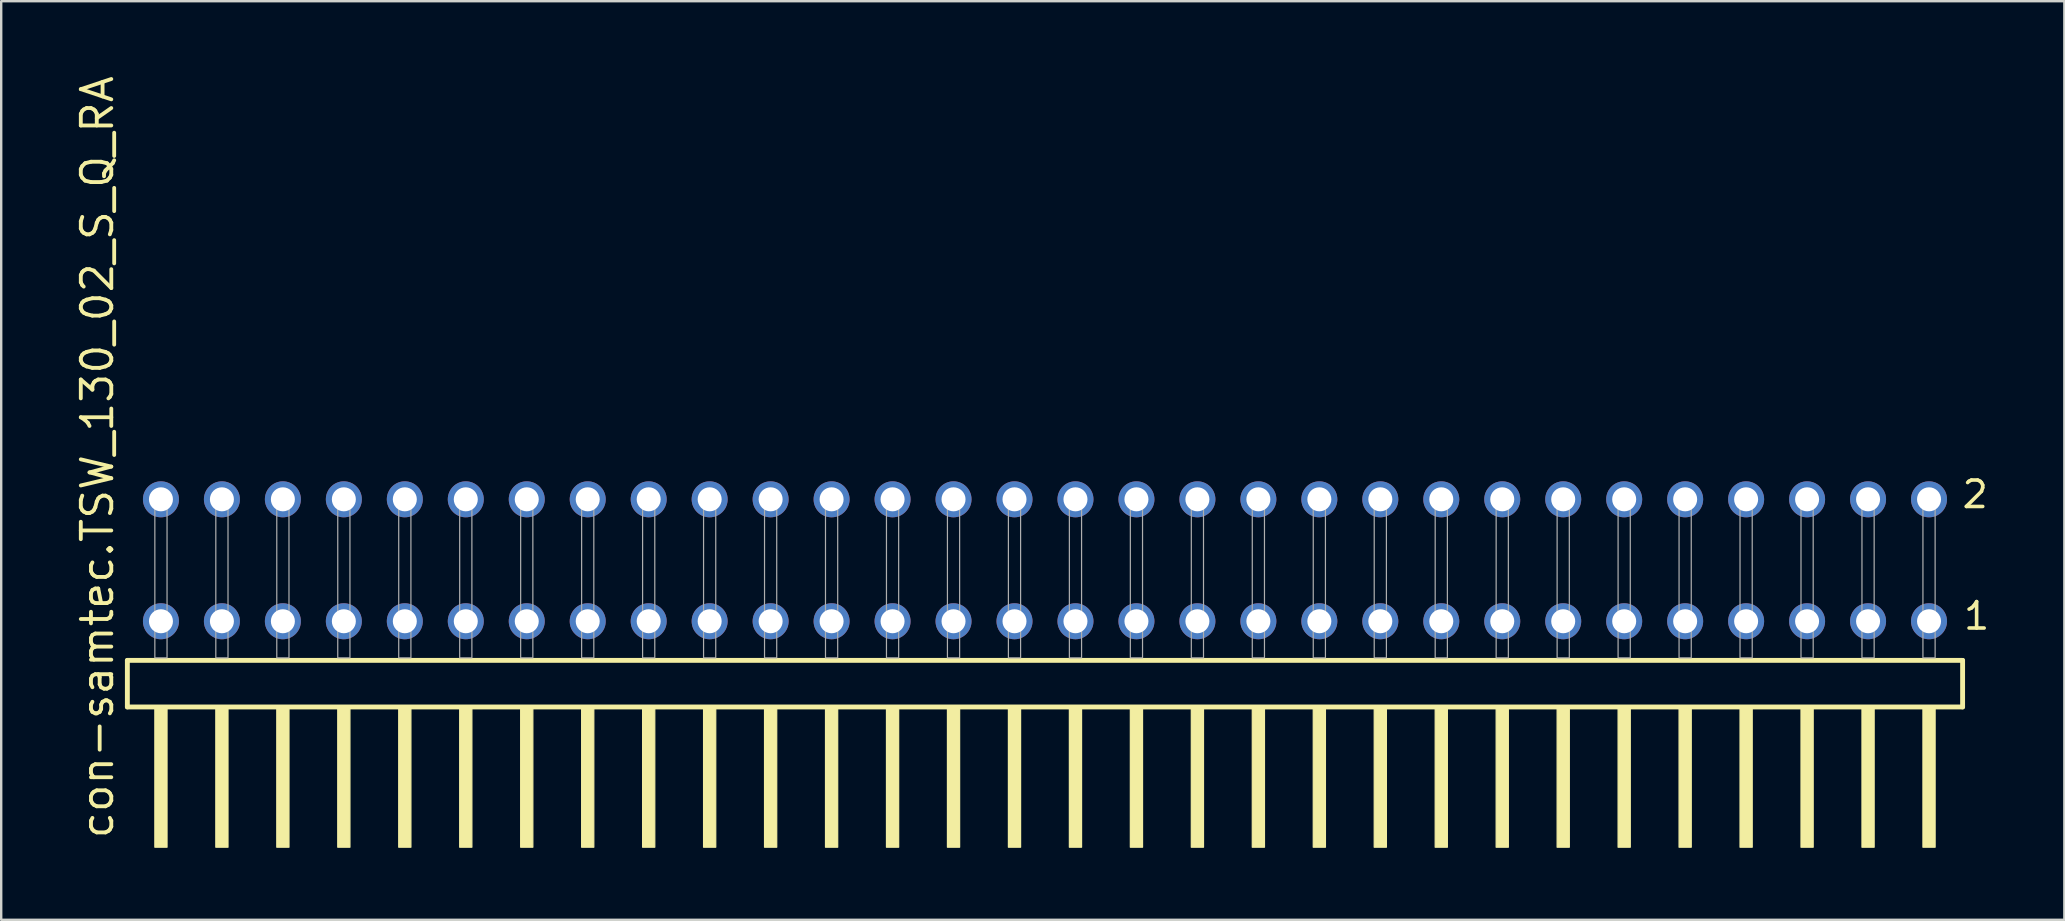
<source format=kicad_pcb>
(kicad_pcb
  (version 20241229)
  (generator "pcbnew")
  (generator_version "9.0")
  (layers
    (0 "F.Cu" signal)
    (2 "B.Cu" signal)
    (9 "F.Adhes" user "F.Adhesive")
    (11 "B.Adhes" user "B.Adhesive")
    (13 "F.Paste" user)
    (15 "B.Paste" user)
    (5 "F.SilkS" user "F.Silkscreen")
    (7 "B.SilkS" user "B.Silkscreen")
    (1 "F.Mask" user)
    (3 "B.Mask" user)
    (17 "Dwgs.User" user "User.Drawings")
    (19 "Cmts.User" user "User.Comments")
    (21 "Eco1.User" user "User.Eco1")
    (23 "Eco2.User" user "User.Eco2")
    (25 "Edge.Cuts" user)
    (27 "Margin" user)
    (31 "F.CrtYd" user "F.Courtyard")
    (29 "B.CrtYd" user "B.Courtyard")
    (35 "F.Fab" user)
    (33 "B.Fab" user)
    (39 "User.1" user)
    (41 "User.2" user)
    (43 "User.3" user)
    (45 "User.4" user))
  (footprint "con-samtec.TSW_130_02_S_Q_RA"
    (layer "F.Cu")
    (at 40.485 24.356)
    (property "Reference" "con-samtec.TSW_130_02_S_Q_RA" (at -38.735 7.62 90) (layer "F.SilkS") (effects (font (size 1.27 1.27) (thickness 0.16)) (justify left bottom)))
    (attr through_hole)
    (fp_line (start -38.229 0.106) (end -38.229 2.046) (stroke (width 0.203) (type default)) (layer "F.SilkS"))
    (fp_line (start -38.229 2.046) (end 38.229 2.046) (stroke (width 0.203) (type default)) (layer "F.SilkS"))
    (fp_line (start 38.229 0.106) (end -38.229 0.106) (stroke (width 0.203) (type default)) (layer "F.SilkS"))
    (fp_line (start 38.229 2.046) (end 38.229 0.106) (stroke (width 0.203) (type default)) (layer "F.SilkS"))
    (fp_rect (start -37.084 7.89) (end -36.576 2.04) (stroke (width 0.05) (type default)) (fill yes) (layer "F.SilkS"))
    (fp_rect (start -34.544 7.89) (end -34.036 2.04) (stroke (width 0.05) (type default)) (fill yes) (layer "F.SilkS"))
    (fp_rect (start -32.004 7.89) (end -31.496 2.04) (stroke (width 0.05) (type default)) (fill yes) (layer "F.SilkS"))
    (fp_rect (start -29.464 7.89) (end -28.956 2.04) (stroke (width 0.05) (type default)) (fill yes) (layer "F.SilkS"))
    (fp_rect (start -26.924 7.89) (end -26.416 2.04) (stroke (width 0.05) (type default)) (fill yes) (layer "F.SilkS"))
    (fp_rect (start -24.384 7.89) (end -23.876 2.04) (stroke (width 0.05) (type default)) (fill yes) (layer "F.SilkS"))
    (fp_rect (start -21.844 7.89) (end -21.336 2.04) (stroke (width 0.05) (type default)) (fill yes) (layer "F.SilkS"))
    (fp_rect (start -19.304 7.89) (end -18.796 2.04) (stroke (width 0.05) (type default)) (fill yes) (layer "F.SilkS"))
    (fp_rect (start -16.764 7.89) (end -16.256 2.04) (stroke (width 0.05) (type default)) (fill yes) (layer "F.SilkS"))
    (fp_rect (start -14.224 7.89) (end -13.716 2.04) (stroke (width 0.05) (type default)) (fill yes) (layer "F.SilkS"))
    (fp_rect (start -11.684 7.89) (end -11.176 2.04) (stroke (width 0.05) (type default)) (fill yes) (layer "F.SilkS"))
    (fp_rect (start -9.144 7.89) (end -8.636 2.04) (stroke (width 0.05) (type default)) (fill yes) (layer "F.SilkS"))
    (fp_rect (start -6.604 7.89) (end -6.096 2.04) (stroke (width 0.05) (type default)) (fill yes) (layer "F.SilkS"))
    (fp_rect (start -4.064 7.89) (end -3.556 2.04) (stroke (width 0.05) (type default)) (fill yes) (layer "F.SilkS"))
    (fp_rect (start -1.524 7.89) (end -1.016 2.04) (stroke (width 0.05) (type default)) (fill yes) (layer "F.SilkS"))
    (fp_rect (start 1.016 7.89) (end 1.524 2.04) (stroke (width 0.05) (type default)) (fill yes) (layer "F.SilkS"))
    (fp_rect (start 3.556 7.89) (end 4.064 2.04) (stroke (width 0.05) (type default)) (fill yes) (layer "F.SilkS"))
    (fp_rect (start 6.096 7.89) (end 6.604 2.04) (stroke (width 0.05) (type default)) (fill yes) (layer "F.SilkS"))
    (fp_rect (start 8.636 7.89) (end 9.144 2.04) (stroke (width 0.05) (type default)) (fill yes) (layer "F.SilkS"))
    (fp_rect (start 11.176 7.89) (end 11.684 2.04) (stroke (width 0.05) (type default)) (fill yes) (layer "F.SilkS"))
    (fp_rect (start 13.716 7.89) (end 14.224 2.04) (stroke (width 0.05) (type default)) (fill yes) (layer "F.SilkS"))
    (fp_rect (start 16.256 7.89) (end 16.764 2.04) (stroke (width 0.05) (type default)) (fill yes) (layer "F.SilkS"))
    (fp_rect (start 18.796 7.89) (end 19.304 2.04) (stroke (width 0.05) (type default)) (fill yes) (layer "F.SilkS"))
    (fp_rect (start 21.336 7.89) (end 21.844 2.04) (stroke (width 0.05) (type default)) (fill yes) (layer "F.SilkS"))
    (fp_rect (start 23.876 7.89) (end 24.384 2.04) (stroke (width 0.05) (type default)) (fill yes) (layer "F.SilkS"))
    (fp_rect (start 26.416 7.89) (end 26.924 2.04) (stroke (width 0.05) (type default)) (fill yes) (layer "F.SilkS"))
    (fp_rect (start 28.956 7.89) (end 29.464 2.04) (stroke (width 0.05) (type default)) (fill yes) (layer "F.SilkS"))
    (fp_rect (start 31.496 7.89) (end 32.004 2.04) (stroke (width 0.05) (type default)) (fill yes) (layer "F.SilkS"))
    (fp_rect (start 34.036 7.89) (end 34.544 2.04) (stroke (width 0.05) (type default)) (fill yes) (layer "F.SilkS"))
    (fp_rect (start 36.576 7.89) (end 37.084 2.04) (stroke (width 0.05) (type default)) (fill yes) (layer "F.SilkS"))
    (fp_rect (start -37.084 0) (end -36.576 -6.858) (stroke (width 0.05) (type default)) (fill no) (layer "F.Fab"))
    (fp_rect (start -34.544 0) (end -34.036 -6.858) (stroke (width 0.05) (type default)) (fill no) (layer "F.Fab"))
    (fp_rect (start -32.004 0) (end -31.496 -6.858) (stroke (width 0.05) (type default)) (fill no) (layer "F.Fab"))
    (fp_rect (start -29.464 0) (end -28.956 -6.858) (stroke (width 0.05) (type default)) (fill no) (layer "F.Fab"))
    (fp_rect (start -26.924 0) (end -26.416 -6.858) (stroke (width 0.05) (type default)) (fill no) (layer "F.Fab"))
    (fp_rect (start -24.384 0) (end -23.876 -6.858) (stroke (width 0.05) (type default)) (fill no) (layer "F.Fab"))
    (fp_rect (start -21.844 0) (end -21.336 -6.858) (stroke (width 0.05) (type default)) (fill no) (layer "F.Fab"))
    (fp_rect (start -19.304 0) (end -18.796 -6.858) (stroke (width 0.05) (type default)) (fill no) (layer "F.Fab"))
    (fp_rect (start -16.764 0) (end -16.256 -6.858) (stroke (width 0.05) (type default)) (fill no) (layer "F.Fab"))
    (fp_rect (start -14.224 0) (end -13.716 -6.858) (stroke (width 0.05) (type default)) (fill no) (layer "F.Fab"))
    (fp_rect (start -11.684 0) (end -11.176 -6.858) (stroke (width 0.05) (type default)) (fill no) (layer "F.Fab"))
    (fp_rect (start -9.144 0) (end -8.636 -6.858) (stroke (width 0.05) (type default)) (fill no) (layer "F.Fab"))
    (fp_rect (start -6.604 0) (end -6.096 -6.858) (stroke (width 0.05) (type default)) (fill no) (layer "F.Fab"))
    (fp_rect (start -4.064 0) (end -3.556 -6.858) (stroke (width 0.05) (type default)) (fill no) (layer "F.Fab"))
    (fp_rect (start -1.524 0) (end -1.016 -6.858) (stroke (width 0.05) (type default)) (fill no) (layer "F.Fab"))
    (fp_rect (start 1.016 0) (end 1.524 -6.858) (stroke (width 0.05) (type default)) (fill no) (layer "F.Fab"))
    (fp_rect (start 3.556 0) (end 4.064 -6.858) (stroke (width 0.05) (type default)) (fill no) (layer "F.Fab"))
    (fp_rect (start 6.096 0) (end 6.604 -6.858) (stroke (width 0.05) (type default)) (fill no) (layer "F.Fab"))
    (fp_rect (start 8.636 0) (end 9.144 -6.858) (stroke (width 0.05) (type default)) (fill no) (layer "F.Fab"))
    (fp_rect (start 11.176 0) (end 11.684 -6.858) (stroke (width 0.05) (type default)) (fill no) (layer "F.Fab"))
    (fp_rect (start 13.716 0) (end 14.224 -6.858) (stroke (width 0.05) (type default)) (fill no) (layer "F.Fab"))
    (fp_rect (start 16.256 0) (end 16.764 -6.858) (stroke (width 0.05) (type default)) (fill no) (layer "F.Fab"))
    (fp_rect (start 18.796 0) (end 19.304 -6.858) (stroke (width 0.05) (type default)) (fill no) (layer "F.Fab"))
    (fp_rect (start 21.336 0) (end 21.844 -6.858) (stroke (width 0.05) (type default)) (fill no) (layer "F.Fab"))
    (fp_rect (start 23.876 0) (end 24.384 -6.858) (stroke (width 0.05) (type default)) (fill no) (layer "F.Fab"))
    (fp_rect (start 26.416 0) (end 26.924 -6.858) (stroke (width 0.05) (type default)) (fill no) (layer "F.Fab"))
    (fp_rect (start 28.956 0) (end 29.464 -6.858) (stroke (width 0.05) (type default)) (fill no) (layer "F.Fab"))
    (fp_rect (start 31.496 0) (end 32.004 -6.858) (stroke (width 0.05) (type default)) (fill no) (layer "F.Fab"))
    (fp_rect (start 34.036 0) (end 34.544 -6.858) (stroke (width 0.05) (type default)) (fill no) (layer "F.Fab"))
    (fp_rect (start 36.576 0) (end 37.084 -6.858) (stroke (width 0.05) (type default)) (fill no) (layer "F.Fab"))
    (fp_text user "1" (at 38.19 -1.1 0) (layer "F.SilkS") (effects (font (size 1.1 1.1) (thickness 0.15)) (justify left bottom)))
    (fp_text user "2" (at 38.13 -6.165 0) (layer "F.SilkS") (effects (font (size 1.1 1.1) (thickness 0.15)) (justify left bottom)))
    (pad "1" thru_hole circle (at 36.83 -1.524 180) (size 1.5 1.5) (drill 1) (layers "*.Cu" "*.Mask"))
    (pad "2" thru_hole circle (at 36.83 -6.604 180) (size 1.5 1.5) (drill 1) (layers "*.Cu" "*.Mask"))
    (pad "3" thru_hole circle (at 34.29 -1.524 180) (size 1.5 1.5) (drill 1) (layers "*.Cu" "*.Mask"))
    (pad "4" thru_hole circle (at 34.29 -6.604 180) (size 1.5 1.5) (drill 1) (layers "*.Cu" "*.Mask"))
    (pad "5" thru_hole circle (at 31.75 -1.524 180) (size 1.5 1.5) (drill 1) (layers "*.Cu" "*.Mask"))
    (pad "6" thru_hole circle (at 31.75 -6.604 180) (size 1.5 1.5) (drill 1) (layers "*.Cu" "*.Mask"))
    (pad "7" thru_hole circle (at 29.21 -1.524 180) (size 1.5 1.5) (drill 1) (layers "*.Cu" "*.Mask"))
    (pad "8" thru_hole circle (at 29.21 -6.604 180) (size 1.5 1.5) (drill 1) (layers "*.Cu" "*.Mask"))
    (pad "9" thru_hole circle (at 26.67 -1.524 180) (size 1.5 1.5) (drill 1) (layers "*.Cu" "*.Mask"))
    (pad "10" thru_hole circle (at 26.67 -6.604 180) (size 1.5 1.5) (drill 1) (layers "*.Cu" "*.Mask"))
    (pad "11" thru_hole circle (at 24.13 -1.524 180) (size 1.5 1.5) (drill 1) (layers "*.Cu" "*.Mask"))
    (pad "12" thru_hole circle (at 24.13 -6.604 180) (size 1.5 1.5) (drill 1) (layers "*.Cu" "*.Mask"))
    (pad "13" thru_hole circle (at 21.59 -1.524 180) (size 1.5 1.5) (drill 1) (layers "*.Cu" "*.Mask"))
    (pad "14" thru_hole circle (at 21.59 -6.604 180) (size 1.5 1.5) (drill 1) (layers "*.Cu" "*.Mask"))
    (pad "15" thru_hole circle (at 19.05 -1.524 180) (size 1.5 1.5) (drill 1) (layers "*.Cu" "*.Mask"))
    (pad "16" thru_hole circle (at 19.05 -6.604 180) (size 1.5 1.5) (drill 1) (layers "*.Cu" "*.Mask"))
    (pad "17" thru_hole circle (at 16.51 -1.524 180) (size 1.5 1.5) (drill 1) (layers "*.Cu" "*.Mask"))
    (pad "18" thru_hole circle (at 16.51 -6.604 180) (size 1.5 1.5) (drill 1) (layers "*.Cu" "*.Mask"))
    (pad "19" thru_hole circle (at 13.97 -1.524 180) (size 1.5 1.5) (drill 1) (layers "*.Cu" "*.Mask"))
    (pad "20" thru_hole circle (at 13.97 -6.604 180) (size 1.5 1.5) (drill 1) (layers "*.Cu" "*.Mask"))
    (pad "21" thru_hole circle (at 11.43 -1.524 180) (size 1.5 1.5) (drill 1) (layers "*.Cu" "*.Mask"))
    (pad "22" thru_hole circle (at 11.43 -6.604 180) (size 1.5 1.5) (drill 1) (layers "*.Cu" "*.Mask"))
    (pad "23" thru_hole circle (at 8.89 -1.524 180) (size 1.5 1.5) (drill 1) (layers "*.Cu" "*.Mask"))
    (pad "24" thru_hole circle (at 8.89 -6.604 180) (size 1.5 1.5) (drill 1) (layers "*.Cu" "*.Mask"))
    (pad "25" thru_hole circle (at 6.35 -1.524 180) (size 1.5 1.5) (drill 1) (layers "*.Cu" "*.Mask"))
    (pad "26" thru_hole circle (at 6.35 -6.604 180) (size 1.5 1.5) (drill 1) (layers "*.Cu" "*.Mask"))
    (pad "27" thru_hole circle (at 3.81 -1.524 180) (size 1.5 1.5) (drill 1) (layers "*.Cu" "*.Mask"))
    (pad "28" thru_hole circle (at 3.81 -6.604 180) (size 1.5 1.5) (drill 1) (layers "*.Cu" "*.Mask"))
    (pad "29" thru_hole circle (at 1.27 -1.524 180) (size 1.5 1.5) (drill 1) (layers "*.Cu" "*.Mask"))
    (pad "30" thru_hole circle (at 1.27 -6.604 180) (size 1.5 1.5) (drill 1) (layers "*.Cu" "*.Mask"))
    (pad "31" thru_hole circle (at -1.27 -1.524 180) (size 1.5 1.5) (drill 1) (layers "*.Cu" "*.Mask"))
    (pad "32" thru_hole circle (at -1.27 -6.604 180) (size 1.5 1.5) (drill 1) (layers "*.Cu" "*.Mask"))
    (pad "33" thru_hole circle (at -3.81 -1.524 180) (size 1.5 1.5) (drill 1) (layers "*.Cu" "*.Mask"))
    (pad "34" thru_hole circle (at -3.81 -6.604 180) (size 1.5 1.5) (drill 1) (layers "*.Cu" "*.Mask"))
    (pad "35" thru_hole circle (at -6.35 -1.524 180) (size 1.5 1.5) (drill 1) (layers "*.Cu" "*.Mask"))
    (pad "36" thru_hole circle (at -6.35 -6.604 180) (size 1.5 1.5) (drill 1) (layers "*.Cu" "*.Mask"))
    (pad "37" thru_hole circle (at -8.89 -1.524 180) (size 1.5 1.5) (drill 1) (layers "*.Cu" "*.Mask"))
    (pad "38" thru_hole circle (at -8.89 -6.604 180) (size 1.5 1.5) (drill 1) (layers "*.Cu" "*.Mask"))
    (pad "39" thru_hole circle (at -11.43 -1.524 180) (size 1.5 1.5) (drill 1) (layers "*.Cu" "*.Mask"))
    (pad "40" thru_hole circle (at -11.43 -6.604 180) (size 1.5 1.5) (drill 1) (layers "*.Cu" "*.Mask"))
    (pad "41" thru_hole circle (at -13.97 -1.524 180) (size 1.5 1.5) (drill 1) (layers "*.Cu" "*.Mask"))
    (pad "42" thru_hole circle (at -13.97 -6.604 180) (size 1.5 1.5) (drill 1) (layers "*.Cu" "*.Mask"))
    (pad "43" thru_hole circle (at -16.51 -1.524 180) (size 1.5 1.5) (drill 1) (layers "*.Cu" "*.Mask"))
    (pad "44" thru_hole circle (at -16.51 -6.604 180) (size 1.5 1.5) (drill 1) (layers "*.Cu" "*.Mask"))
    (pad "45" thru_hole circle (at -19.05 -1.524 180) (size 1.5 1.5) (drill 1) (layers "*.Cu" "*.Mask"))
    (pad "46" thru_hole circle (at -19.05 -6.604 180) (size 1.5 1.5) (drill 1) (layers "*.Cu" "*.Mask"))
    (pad "47" thru_hole circle (at -21.59 -1.524 180) (size 1.5 1.5) (drill 1) (layers "*.Cu" "*.Mask"))
    (pad "48" thru_hole circle (at -21.59 -6.604 180) (size 1.5 1.5) (drill 1) (layers "*.Cu" "*.Mask"))
    (pad "49" thru_hole circle (at -24.13 -1.524 180) (size 1.5 1.5) (drill 1) (layers "*.Cu" "*.Mask"))
    (pad "50" thru_hole circle (at -24.13 -6.604 180) (size 1.5 1.5) (drill 1) (layers "*.Cu" "*.Mask"))
    (pad "51" thru_hole circle (at -26.67 -1.524 180) (size 1.5 1.5) (drill 1) (layers "*.Cu" "*.Mask"))
    (pad "52" thru_hole circle (at -26.67 -6.604 180) (size 1.5 1.5) (drill 1) (layers "*.Cu" "*.Mask"))
    (pad "53" thru_hole circle (at -29.21 -1.524 180) (size 1.5 1.5) (drill 1) (layers "*.Cu" "*.Mask"))
    (pad "54" thru_hole circle (at -29.21 -6.604 180) (size 1.5 1.5) (drill 1) (layers "*.Cu" "*.Mask"))
    (pad "55" thru_hole circle (at -31.75 -1.524 180) (size 1.5 1.5) (drill 1) (layers "*.Cu" "*.Mask"))
    (pad "56" thru_hole circle (at -31.75 -6.604 180) (size 1.5 1.5) (drill 1) (layers "*.Cu" "*.Mask"))
    (pad "57" thru_hole circle (at -34.29 -1.524 180) (size 1.5 1.5) (drill 1) (layers "*.Cu" "*.Mask"))
    (pad "58" thru_hole circle (at -34.29 -6.604 180) (size 1.5 1.5) (drill 1) (layers "*.Cu" "*.Mask"))
    (pad "59" thru_hole circle (at -36.83 -1.524 180) (size 1.5 1.5) (drill 1) (layers "*.Cu" "*.Mask"))
    (pad "60" thru_hole circle (at -36.83 -6.604 180) (size 1.5 1.5) (drill 1) (layers "*.Cu" "*.Mask")))
  (gr_rect
    (start -3 -3)
    (end 82.953 35.271)
    (stroke (width 0.1) (type default))
    (fill no)
    (layer "Edge.Cuts")))
</source>
